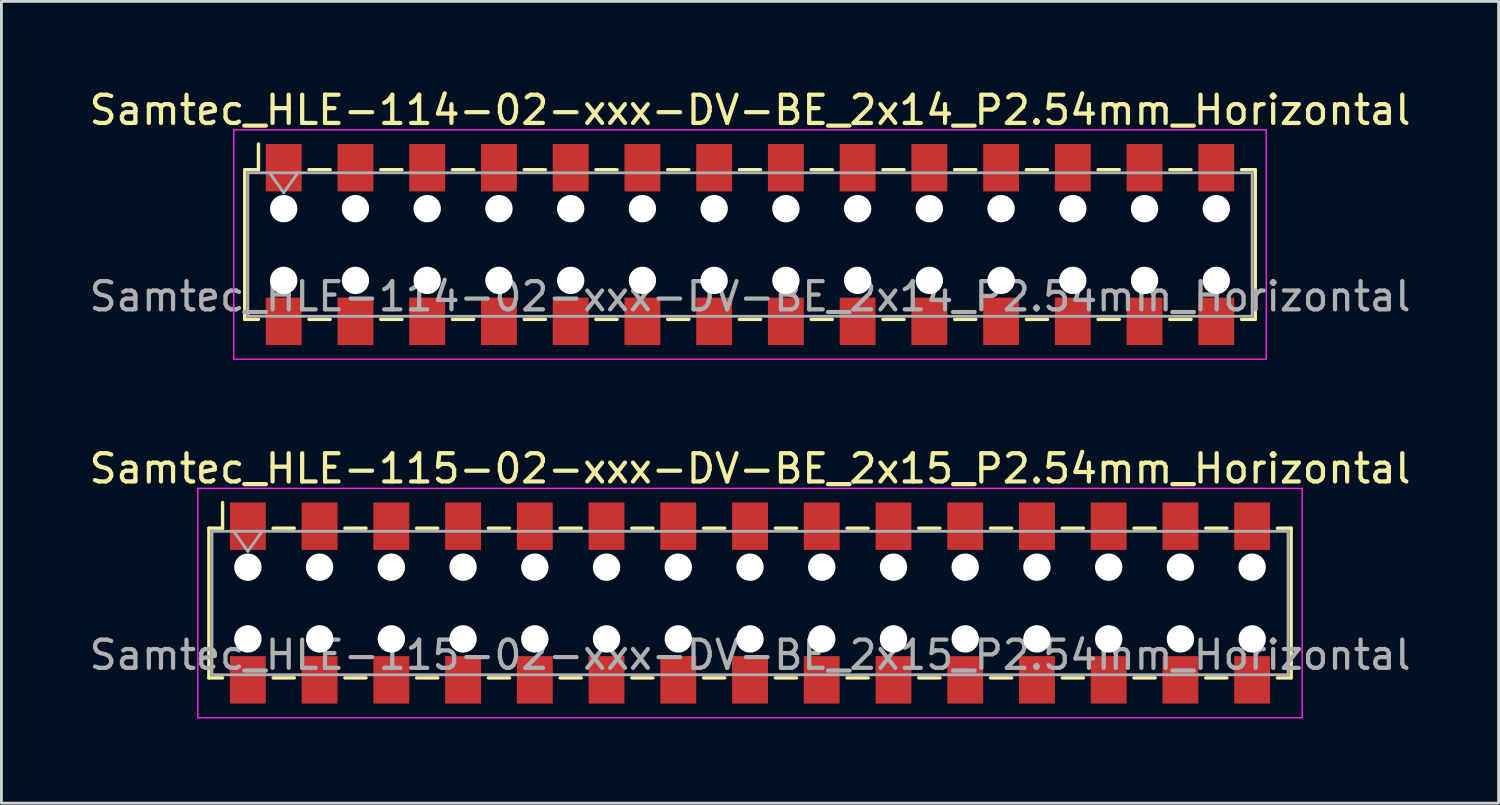
<source format=kicad_pcb>
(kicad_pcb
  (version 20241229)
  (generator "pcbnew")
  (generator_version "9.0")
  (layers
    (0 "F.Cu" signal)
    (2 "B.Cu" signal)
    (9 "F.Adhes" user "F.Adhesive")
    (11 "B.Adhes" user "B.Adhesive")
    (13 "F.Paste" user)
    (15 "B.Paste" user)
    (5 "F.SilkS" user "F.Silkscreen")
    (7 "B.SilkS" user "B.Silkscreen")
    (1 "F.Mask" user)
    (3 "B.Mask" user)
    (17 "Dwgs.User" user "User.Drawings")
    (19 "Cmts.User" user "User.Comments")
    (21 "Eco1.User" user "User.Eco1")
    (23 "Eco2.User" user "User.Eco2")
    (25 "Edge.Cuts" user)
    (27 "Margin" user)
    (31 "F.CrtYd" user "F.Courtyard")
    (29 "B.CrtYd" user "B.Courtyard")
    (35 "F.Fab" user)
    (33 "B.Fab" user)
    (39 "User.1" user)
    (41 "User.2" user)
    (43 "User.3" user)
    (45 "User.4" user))
  (footprint "Samtec_HLE-114-02-xxx-DV-BE_2x14_P2.54mm_Horizontal"
    (layer "F.Cu")
    (at 23.506 5.608)
    (property "Reference" "Samtec_HLE-114-02-xxx-DV-BE_2x14_P2.54mm_Horizontal" (at 0 -4.76 0) (layer "F.SilkS") (effects (font (size 1 1) (thickness 0.15))))
    (attr smd)
    (fp_line (start -17.89 -2.65) (end -17.89 2.65) (stroke (width 0.12) (type solid)) (layer "F.SilkS"))
    (fp_line (start -17.89 2.65) (end -17.405 2.65) (stroke (width 0.12) (type solid)) (layer "F.SilkS"))
    (fp_line (start -17.405 -3.56) (end -17.405 -2.65) (stroke (width 0.12) (type solid)) (layer "F.SilkS"))
    (fp_line (start -17.405 -2.65) (end -17.89 -2.65) (stroke (width 0.12) (type solid)) (layer "F.SilkS"))
    (fp_line (start -15.615 -2.65) (end -14.865 -2.65) (stroke (width 0.12) (type solid)) (layer "F.SilkS"))
    (fp_line (start -15.615 2.65) (end -14.865 2.65) (stroke (width 0.12) (type solid)) (layer "F.SilkS"))
    (fp_line (start -13.075 -2.65) (end -12.325 -2.65) (stroke (width 0.12) (type solid)) (layer "F.SilkS"))
    (fp_line (start -13.075 2.65) (end -12.325 2.65) (stroke (width 0.12) (type solid)) (layer "F.SilkS"))
    (fp_line (start -10.535 -2.65) (end -9.785 -2.65) (stroke (width 0.12) (type solid)) (layer "F.SilkS"))
    (fp_line (start -10.535 2.65) (end -9.785 2.65) (stroke (width 0.12) (type solid)) (layer "F.SilkS"))
    (fp_line (start -7.995 -2.65) (end -7.245 -2.65) (stroke (width 0.12) (type solid)) (layer "F.SilkS"))
    (fp_line (start -7.995 2.65) (end -7.245 2.65) (stroke (width 0.12) (type solid)) (layer "F.SilkS"))
    (fp_line (start -5.455 -2.65) (end -4.705 -2.65) (stroke (width 0.12) (type solid)) (layer "F.SilkS"))
    (fp_line (start -5.455 2.65) (end -4.705 2.65) (stroke (width 0.12) (type solid)) (layer "F.SilkS"))
    (fp_line (start -2.915 -2.65) (end -2.165 -2.65) (stroke (width 0.12) (type solid)) (layer "F.SilkS"))
    (fp_line (start -2.915 2.65) (end -2.165 2.65) (stroke (width 0.12) (type solid)) (layer "F.SilkS"))
    (fp_line (start -0.375 -2.65) (end 0.375 -2.65) (stroke (width 0.12) (type solid)) (layer "F.SilkS"))
    (fp_line (start -0.375 2.65) (end 0.375 2.65) (stroke (width 0.12) (type solid)) (layer "F.SilkS"))
    (fp_line (start 2.165 -2.65) (end 2.915 -2.65) (stroke (width 0.12) (type solid)) (layer "F.SilkS"))
    (fp_line (start 2.165 2.65) (end 2.915 2.65) (stroke (width 0.12) (type solid)) (layer "F.SilkS"))
    (fp_line (start 4.705 -2.65) (end 5.455 -2.65) (stroke (width 0.12) (type solid)) (layer "F.SilkS"))
    (fp_line (start 4.705 2.65) (end 5.455 2.65) (stroke (width 0.12) (type solid)) (layer "F.SilkS"))
    (fp_line (start 7.245 -2.65) (end 7.995 -2.65) (stroke (width 0.12) (type solid)) (layer "F.SilkS"))
    (fp_line (start 7.245 2.65) (end 7.995 2.65) (stroke (width 0.12) (type solid)) (layer "F.SilkS"))
    (fp_line (start 9.785 -2.65) (end 10.535 -2.65) (stroke (width 0.12) (type solid)) (layer "F.SilkS"))
    (fp_line (start 9.785 2.65) (end 10.535 2.65) (stroke (width 0.12) (type solid)) (layer "F.SilkS"))
    (fp_line (start 12.325 -2.65) (end 13.075 -2.65) (stroke (width 0.12) (type solid)) (layer "F.SilkS"))
    (fp_line (start 12.325 2.65) (end 13.075 2.65) (stroke (width 0.12) (type solid)) (layer "F.SilkS"))
    (fp_line (start 14.865 -2.65) (end 15.615 -2.65) (stroke (width 0.12) (type solid)) (layer "F.SilkS"))
    (fp_line (start 14.865 2.65) (end 15.615 2.65) (stroke (width 0.12) (type solid)) (layer "F.SilkS"))
    (fp_line (start 17.405 -2.65) (end 17.89 -2.65) (stroke (width 0.12) (type solid)) (layer "F.SilkS"))
    (fp_line (start 17.89 -2.65) (end 17.89 2.65) (stroke (width 0.12) (type solid)) (layer "F.SilkS"))
    (fp_line (start 17.89 2.65) (end 17.405 2.65) (stroke (width 0.12) (type solid)) (layer "F.SilkS"))
    (fp_line (start -18.28 -4.06) (end 18.28 -4.06) (stroke (width 0.05) (type solid)) (layer "F.CrtYd"))
    (fp_line (start -18.28 4.06) (end -18.28 -4.06) (stroke (width 0.05) (type solid)) (layer "F.CrtYd"))
    (fp_line (start 18.28 -4.06) (end 18.28 4.06) (stroke (width 0.05) (type solid)) (layer "F.CrtYd"))
    (fp_line (start 18.28 4.06) (end -18.28 4.06) (stroke (width 0.05) (type solid)) (layer "F.CrtYd"))
    (fp_line (start -17.78 -2.54) (end 17.78 -2.54) (stroke (width 0.1) (type solid)) (layer "F.Fab"))
    (fp_line (start -17.78 2.54) (end -17.78 -2.54) (stroke (width 0.1) (type solid)) (layer "F.Fab"))
    (fp_line (start -17.01 -2.54) (end -16.51 -1.833) (stroke (width 0.1) (type solid)) (layer "F.Fab"))
    (fp_line (start -16.51 -1.833) (end -16.01 -2.54) (stroke (width 0.1) (type solid)) (layer "F.Fab"))
    (fp_line (start 17.78 -2.54) (end 17.78 2.54) (stroke (width 0.1) (type solid)) (layer "F.Fab"))
    (fp_line (start 17.78 2.54) (end -17.78 2.54) (stroke (width 0.1) (type solid)) (layer "F.Fab"))
    (fp_text user "${REFERENCE}" (at 0 1.84 0) (layer "F.Fab") (effects (font (size 1 1) (thickness 0.15))))
    (pad "" np_thru_hole circle (at -16.51 -1.27) (size 0.97 0.97) (drill 0.97) (layers "*.Cu" "*.Mask"))
    (pad "" np_thru_hole circle (at -16.51 1.27) (size 0.97 0.97) (drill 0.97) (layers "*.Cu" "*.Mask"))
    (pad "" np_thru_hole circle (at -13.97 -1.27) (size 0.97 0.97) (drill 0.97) (layers "*.Cu" "*.Mask"))
    (pad "" np_thru_hole circle (at -13.97 1.27) (size 0.97 0.97) (drill 0.97) (layers "*.Cu" "*.Mask"))
    (pad "" np_thru_hole circle (at -11.43 -1.27) (size 0.97 0.97) (drill 0.97) (layers "*.Cu" "*.Mask"))
    (pad "" np_thru_hole circle (at -11.43 1.27) (size 0.97 0.97) (drill 0.97) (layers "*.Cu" "*.Mask"))
    (pad "" np_thru_hole circle (at -8.89 -1.27) (size 0.97 0.97) (drill 0.97) (layers "*.Cu" "*.Mask"))
    (pad "" np_thru_hole circle (at -8.89 1.27) (size 0.97 0.97) (drill 0.97) (layers "*.Cu" "*.Mask"))
    (pad "" np_thru_hole circle (at -6.35 -1.27) (size 0.97 0.97) (drill 0.97) (layers "*.Cu" "*.Mask"))
    (pad "" np_thru_hole circle (at -6.35 1.27) (size 0.97 0.97) (drill 0.97) (layers "*.Cu" "*.Mask"))
    (pad "" np_thru_hole circle (at -3.81 -1.27) (size 0.97 0.97) (drill 0.97) (layers "*.Cu" "*.Mask"))
    (pad "" np_thru_hole circle (at -3.81 1.27) (size 0.97 0.97) (drill 0.97) (layers "*.Cu" "*.Mask"))
    (pad "" np_thru_hole circle (at -1.27 -1.27) (size 0.97 0.97) (drill 0.97) (layers "*.Cu" "*.Mask"))
    (pad "" np_thru_hole circle (at -1.27 1.27) (size 0.97 0.97) (drill 0.97) (layers "*.Cu" "*.Mask"))
    (pad "" np_thru_hole circle (at 1.27 -1.27) (size 0.97 0.97) (drill 0.97) (layers "*.Cu" "*.Mask"))
    (pad "" np_thru_hole circle (at 1.27 1.27) (size 0.97 0.97) (drill 0.97) (layers "*.Cu" "*.Mask"))
    (pad "" np_thru_hole circle (at 3.81 -1.27) (size 0.97 0.97) (drill 0.97) (layers "*.Cu" "*.Mask"))
    (pad "" np_thru_hole circle (at 3.81 1.27) (size 0.97 0.97) (drill 0.97) (layers "*.Cu" "*.Mask"))
    (pad "" np_thru_hole circle (at 6.35 -1.27) (size 0.97 0.97) (drill 0.97) (layers "*.Cu" "*.Mask"))
    (pad "" np_thru_hole circle (at 6.35 1.27) (size 0.97 0.97) (drill 0.97) (layers "*.Cu" "*.Mask"))
    (pad "" np_thru_hole circle (at 8.89 -1.27) (size 0.97 0.97) (drill 0.97) (layers "*.Cu" "*.Mask"))
    (pad "" np_thru_hole circle (at 8.89 1.27) (size 0.97 0.97) (drill 0.97) (layers "*.Cu" "*.Mask"))
    (pad "" np_thru_hole circle (at 11.43 -1.27) (size 0.97 0.97) (drill 0.97) (layers "*.Cu" "*.Mask"))
    (pad "" np_thru_hole circle (at 11.43 1.27) (size 0.97 0.97) (drill 0.97) (layers "*.Cu" "*.Mask"))
    (pad "" np_thru_hole circle (at 13.97 -1.27) (size 0.97 0.97) (drill 0.97) (layers "*.Cu" "*.Mask"))
    (pad "" np_thru_hole circle (at 13.97 1.27) (size 0.97 0.97) (drill 0.97) (layers "*.Cu" "*.Mask"))
    (pad "" np_thru_hole circle (at 16.51 -1.27) (size 0.97 0.97) (drill 0.97) (layers "*.Cu" "*.Mask"))
    (pad "" np_thru_hole circle (at 16.51 1.27) (size 0.97 0.97) (drill 0.97) (layers "*.Cu" "*.Mask"))
    (pad "1" smd rect (at -16.51 -2.72) (size 1.27 1.68) (layers "F.Cu" "F.Mask" "F.Paste"))
    (pad "2" smd rect (at -16.51 2.72) (size 1.27 1.68) (layers "F.Cu" "F.Mask" "F.Paste"))
    (pad "3" smd rect (at -13.97 -2.72) (size 1.27 1.68) (layers "F.Cu" "F.Mask" "F.Paste"))
    (pad "4" smd rect (at -13.97 2.72) (size 1.27 1.68) (layers "F.Cu" "F.Mask" "F.Paste"))
    (pad "5" smd rect (at -11.43 -2.72) (size 1.27 1.68) (layers "F.Cu" "F.Mask" "F.Paste"))
    (pad "6" smd rect (at -11.43 2.72) (size 1.27 1.68) (layers "F.Cu" "F.Mask" "F.Paste"))
    (pad "7" smd rect (at -8.89 -2.72) (size 1.27 1.68) (layers "F.Cu" "F.Mask" "F.Paste"))
    (pad "8" smd rect (at -8.89 2.72) (size 1.27 1.68) (layers "F.Cu" "F.Mask" "F.Paste"))
    (pad "9" smd rect (at -6.35 -2.72) (size 1.27 1.68) (layers "F.Cu" "F.Mask" "F.Paste"))
    (pad "10" smd rect (at -6.35 2.72) (size 1.27 1.68) (layers "F.Cu" "F.Mask" "F.Paste"))
    (pad "11" smd rect (at -3.81 -2.72) (size 1.27 1.68) (layers "F.Cu" "F.Mask" "F.Paste"))
    (pad "12" smd rect (at -3.81 2.72) (size 1.27 1.68) (layers "F.Cu" "F.Mask" "F.Paste"))
    (pad "13" smd rect (at -1.27 -2.72) (size 1.27 1.68) (layers "F.Cu" "F.Mask" "F.Paste"))
    (pad "14" smd rect (at -1.27 2.72) (size 1.27 1.68) (layers "F.Cu" "F.Mask" "F.Paste"))
    (pad "15" smd rect (at 1.27 -2.72) (size 1.27 1.68) (layers "F.Cu" "F.Mask" "F.Paste"))
    (pad "16" smd rect (at 1.27 2.72) (size 1.27 1.68) (layers "F.Cu" "F.Mask" "F.Paste"))
    (pad "17" smd rect (at 3.81 -2.72) (size 1.27 1.68) (layers "F.Cu" "F.Mask" "F.Paste"))
    (pad "18" smd rect (at 3.81 2.72) (size 1.27 1.68) (layers "F.Cu" "F.Mask" "F.Paste"))
    (pad "19" smd rect (at 6.35 -2.72) (size 1.27 1.68) (layers "F.Cu" "F.Mask" "F.Paste"))
    (pad "20" smd rect (at 6.35 2.72) (size 1.27 1.68) (layers "F.Cu" "F.Mask" "F.Paste"))
    (pad "21" smd rect (at 8.89 -2.72) (size 1.27 1.68) (layers "F.Cu" "F.Mask" "F.Paste"))
    (pad "22" smd rect (at 8.89 2.72) (size 1.27 1.68) (layers "F.Cu" "F.Mask" "F.Paste"))
    (pad "23" smd rect (at 11.43 -2.72) (size 1.27 1.68) (layers "F.Cu" "F.Mask" "F.Paste"))
    (pad "24" smd rect (at 11.43 2.72) (size 1.27 1.68) (layers "F.Cu" "F.Mask" "F.Paste"))
    (pad "25" smd rect (at 13.97 -2.72) (size 1.27 1.68) (layers "F.Cu" "F.Mask" "F.Paste"))
    (pad "26" smd rect (at 13.97 2.72) (size 1.27 1.68) (layers "F.Cu" "F.Mask" "F.Paste"))
    (pad "27" smd rect (at 16.51 -2.72) (size 1.27 1.68) (layers "F.Cu" "F.Mask" "F.Paste"))
    (pad "28" smd rect (at 16.51 2.72) (size 1.27 1.68) (layers "F.Cu" "F.Mask" "F.Paste")))
  (footprint "Samtec_HLE-115-02-xxx-DV-BE_2x15_P2.54mm_Horizontal"
    (layer "F.Cu")
    (at 23.506 18.302)
    (property "Reference" "Samtec_HLE-115-02-xxx-DV-BE_2x15_P2.54mm_Horizontal" (at 0 -4.76 0) (layer "F.SilkS") (effects (font (size 1 1) (thickness 0.15))))
    (attr smd)
    (fp_line (start -19.16 -2.65) (end -19.16 2.65) (stroke (width 0.12) (type solid)) (layer "F.SilkS"))
    (fp_line (start -19.16 2.65) (end -18.675 2.65) (stroke (width 0.12) (type solid)) (layer "F.SilkS"))
    (fp_line (start -18.675 -3.56) (end -18.675 -2.65) (stroke (width 0.12) (type solid)) (layer "F.SilkS"))
    (fp_line (start -18.675 -2.65) (end -19.16 -2.65) (stroke (width 0.12) (type solid)) (layer "F.SilkS"))
    (fp_line (start -16.885 -2.65) (end -16.135 -2.65) (stroke (width 0.12) (type solid)) (layer "F.SilkS"))
    (fp_line (start -16.885 2.65) (end -16.135 2.65) (stroke (width 0.12) (type solid)) (layer "F.SilkS"))
    (fp_line (start -14.345 -2.65) (end -13.595 -2.65) (stroke (width 0.12) (type solid)) (layer "F.SilkS"))
    (fp_line (start -14.345 2.65) (end -13.595 2.65) (stroke (width 0.12) (type solid)) (layer "F.SilkS"))
    (fp_line (start -11.805 -2.65) (end -11.055 -2.65) (stroke (width 0.12) (type solid)) (layer "F.SilkS"))
    (fp_line (start -11.805 2.65) (end -11.055 2.65) (stroke (width 0.12) (type solid)) (layer "F.SilkS"))
    (fp_line (start -9.265 -2.65) (end -8.515 -2.65) (stroke (width 0.12) (type solid)) (layer "F.SilkS"))
    (fp_line (start -9.265 2.65) (end -8.515 2.65) (stroke (width 0.12) (type solid)) (layer "F.SilkS"))
    (fp_line (start -6.725 -2.65) (end -5.975 -2.65) (stroke (width 0.12) (type solid)) (layer "F.SilkS"))
    (fp_line (start -6.725 2.65) (end -5.975 2.65) (stroke (width 0.12) (type solid)) (layer "F.SilkS"))
    (fp_line (start -4.185 -2.65) (end -3.435 -2.65) (stroke (width 0.12) (type solid)) (layer "F.SilkS"))
    (fp_line (start -4.185 2.65) (end -3.435 2.65) (stroke (width 0.12) (type solid)) (layer "F.SilkS"))
    (fp_line (start -1.645 -2.65) (end -0.895 -2.65) (stroke (width 0.12) (type solid)) (layer "F.SilkS"))
    (fp_line (start -1.645 2.65) (end -0.895 2.65) (stroke (width 0.12) (type solid)) (layer "F.SilkS"))
    (fp_line (start 0.895 -2.65) (end 1.645 -2.65) (stroke (width 0.12) (type solid)) (layer "F.SilkS"))
    (fp_line (start 0.895 2.65) (end 1.645 2.65) (stroke (width 0.12) (type solid)) (layer "F.SilkS"))
    (fp_line (start 3.435 -2.65) (end 4.185 -2.65) (stroke (width 0.12) (type solid)) (layer "F.SilkS"))
    (fp_line (start 3.435 2.65) (end 4.185 2.65) (stroke (width 0.12) (type solid)) (layer "F.SilkS"))
    (fp_line (start 5.975 -2.65) (end 6.725 -2.65) (stroke (width 0.12) (type solid)) (layer "F.SilkS"))
    (fp_line (start 5.975 2.65) (end 6.725 2.65) (stroke (width 0.12) (type solid)) (layer "F.SilkS"))
    (fp_line (start 8.515 -2.65) (end 9.265 -2.65) (stroke (width 0.12) (type solid)) (layer "F.SilkS"))
    (fp_line (start 8.515 2.65) (end 9.265 2.65) (stroke (width 0.12) (type solid)) (layer "F.SilkS"))
    (fp_line (start 11.055 -2.65) (end 11.805 -2.65) (stroke (width 0.12) (type solid)) (layer "F.SilkS"))
    (fp_line (start 11.055 2.65) (end 11.805 2.65) (stroke (width 0.12) (type solid)) (layer "F.SilkS"))
    (fp_line (start 13.595 -2.65) (end 14.345 -2.65) (stroke (width 0.12) (type solid)) (layer "F.SilkS"))
    (fp_line (start 13.595 2.65) (end 14.345 2.65) (stroke (width 0.12) (type solid)) (layer "F.SilkS"))
    (fp_line (start 16.135 -2.65) (end 16.885 -2.65) (stroke (width 0.12) (type solid)) (layer "F.SilkS"))
    (fp_line (start 16.135 2.65) (end 16.885 2.65) (stroke (width 0.12) (type solid)) (layer "F.SilkS"))
    (fp_line (start 18.675 -2.65) (end 19.16 -2.65) (stroke (width 0.12) (type solid)) (layer "F.SilkS"))
    (fp_line (start 19.16 -2.65) (end 19.16 2.65) (stroke (width 0.12) (type solid)) (layer "F.SilkS"))
    (fp_line (start 19.16 2.65) (end 18.675 2.65) (stroke (width 0.12) (type solid)) (layer "F.SilkS"))
    (fp_line (start -19.55 -4.06) (end 19.55 -4.06) (stroke (width 0.05) (type solid)) (layer "F.CrtYd"))
    (fp_line (start -19.55 4.06) (end -19.55 -4.06) (stroke (width 0.05) (type solid)) (layer "F.CrtYd"))
    (fp_line (start 19.55 -4.06) (end 19.55 4.06) (stroke (width 0.05) (type solid)) (layer "F.CrtYd"))
    (fp_line (start 19.55 4.06) (end -19.55 4.06) (stroke (width 0.05) (type solid)) (layer "F.CrtYd"))
    (fp_line (start -19.05 -2.54) (end 19.05 -2.54) (stroke (width 0.1) (type solid)) (layer "F.Fab"))
    (fp_line (start -19.05 2.54) (end -19.05 -2.54) (stroke (width 0.1) (type solid)) (layer "F.Fab"))
    (fp_line (start -18.28 -2.54) (end -17.78 -1.833) (stroke (width 0.1) (type solid)) (layer "F.Fab"))
    (fp_line (start -17.78 -1.833) (end -17.28 -2.54) (stroke (width 0.1) (type solid)) (layer "F.Fab"))
    (fp_line (start 19.05 -2.54) (end 19.05 2.54) (stroke (width 0.1) (type solid)) (layer "F.Fab"))
    (fp_line (start 19.05 2.54) (end -19.05 2.54) (stroke (width 0.1) (type solid)) (layer "F.Fab"))
    (fp_text user "${REFERENCE}" (at 0 1.84 0) (layer "F.Fab") (effects (font (size 1 1) (thickness 0.15))))
    (pad "" np_thru_hole circle (at -17.78 -1.27) (size 0.97 0.97) (drill 0.97) (layers "*.Cu" "*.Mask"))
    (pad "" np_thru_hole circle (at -17.78 1.27) (size 0.97 0.97) (drill 0.97) (layers "*.Cu" "*.Mask"))
    (pad "" np_thru_hole circle (at -15.24 -1.27) (size 0.97 0.97) (drill 0.97) (layers "*.Cu" "*.Mask"))
    (pad "" np_thru_hole circle (at -15.24 1.27) (size 0.97 0.97) (drill 0.97) (layers "*.Cu" "*.Mask"))
    (pad "" np_thru_hole circle (at -12.7 -1.27) (size 0.97 0.97) (drill 0.97) (layers "*.Cu" "*.Mask"))
    (pad "" np_thru_hole circle (at -12.7 1.27) (size 0.97 0.97) (drill 0.97) (layers "*.Cu" "*.Mask"))
    (pad "" np_thru_hole circle (at -10.16 -1.27) (size 0.97 0.97) (drill 0.97) (layers "*.Cu" "*.Mask"))
    (pad "" np_thru_hole circle (at -10.16 1.27) (size 0.97 0.97) (drill 0.97) (layers "*.Cu" "*.Mask"))
    (pad "" np_thru_hole circle (at -7.62 -1.27) (size 0.97 0.97) (drill 0.97) (layers "*.Cu" "*.Mask"))
    (pad "" np_thru_hole circle (at -7.62 1.27) (size 0.97 0.97) (drill 0.97) (layers "*.Cu" "*.Mask"))
    (pad "" np_thru_hole circle (at -5.08 -1.27) (size 0.97 0.97) (drill 0.97) (layers "*.Cu" "*.Mask"))
    (pad "" np_thru_hole circle (at -5.08 1.27) (size 0.97 0.97) (drill 0.97) (layers "*.Cu" "*.Mask"))
    (pad "" np_thru_hole circle (at -2.54 -1.27) (size 0.97 0.97) (drill 0.97) (layers "*.Cu" "*.Mask"))
    (pad "" np_thru_hole circle (at -2.54 1.27) (size 0.97 0.97) (drill 0.97) (layers "*.Cu" "*.Mask"))
    (pad "" np_thru_hole circle (at 0 -1.27) (size 0.97 0.97) (drill 0.97) (layers "*.Cu" "*.Mask"))
    (pad "" np_thru_hole circle (at 0 1.27) (size 0.97 0.97) (drill 0.97) (layers "*.Cu" "*.Mask"))
    (pad "" np_thru_hole circle (at 2.54 -1.27) (size 0.97 0.97) (drill 0.97) (layers "*.Cu" "*.Mask"))
    (pad "" np_thru_hole circle (at 2.54 1.27) (size 0.97 0.97) (drill 0.97) (layers "*.Cu" "*.Mask"))
    (pad "" np_thru_hole circle (at 5.08 -1.27) (size 0.97 0.97) (drill 0.97) (layers "*.Cu" "*.Mask"))
    (pad "" np_thru_hole circle (at 5.08 1.27) (size 0.97 0.97) (drill 0.97) (layers "*.Cu" "*.Mask"))
    (pad "" np_thru_hole circle (at 7.62 -1.27) (size 0.97 0.97) (drill 0.97) (layers "*.Cu" "*.Mask"))
    (pad "" np_thru_hole circle (at 7.62 1.27) (size 0.97 0.97) (drill 0.97) (layers "*.Cu" "*.Mask"))
    (pad "" np_thru_hole circle (at 10.16 -1.27) (size 0.97 0.97) (drill 0.97) (layers "*.Cu" "*.Mask"))
    (pad "" np_thru_hole circle (at 10.16 1.27) (size 0.97 0.97) (drill 0.97) (layers "*.Cu" "*.Mask"))
    (pad "" np_thru_hole circle (at 12.7 -1.27) (size 0.97 0.97) (drill 0.97) (layers "*.Cu" "*.Mask"))
    (pad "" np_thru_hole circle (at 12.7 1.27) (size 0.97 0.97) (drill 0.97) (layers "*.Cu" "*.Mask"))
    (pad "" np_thru_hole circle (at 15.24 -1.27) (size 0.97 0.97) (drill 0.97) (layers "*.Cu" "*.Mask"))
    (pad "" np_thru_hole circle (at 15.24 1.27) (size 0.97 0.97) (drill 0.97) (layers "*.Cu" "*.Mask"))
    (pad "" np_thru_hole circle (at 17.78 -1.27) (size 0.97 0.97) (drill 0.97) (layers "*.Cu" "*.Mask"))
    (pad "" np_thru_hole circle (at 17.78 1.27) (size 0.97 0.97) (drill 0.97) (layers "*.Cu" "*.Mask"))
    (pad "1" smd rect (at -17.78 -2.72) (size 1.27 1.68) (layers "F.Cu" "F.Mask" "F.Paste"))
    (pad "2" smd rect (at -17.78 2.72) (size 1.27 1.68) (layers "F.Cu" "F.Mask" "F.Paste"))
    (pad "3" smd rect (at -15.24 -2.72) (size 1.27 1.68) (layers "F.Cu" "F.Mask" "F.Paste"))
    (pad "4" smd rect (at -15.24 2.72) (size 1.27 1.68) (layers "F.Cu" "F.Mask" "F.Paste"))
    (pad "5" smd rect (at -12.7 -2.72) (size 1.27 1.68) (layers "F.Cu" "F.Mask" "F.Paste"))
    (pad "6" smd rect (at -12.7 2.72) (size 1.27 1.68) (layers "F.Cu" "F.Mask" "F.Paste"))
    (pad "7" smd rect (at -10.16 -2.72) (size 1.27 1.68) (layers "F.Cu" "F.Mask" "F.Paste"))
    (pad "8" smd rect (at -10.16 2.72) (size 1.27 1.68) (layers "F.Cu" "F.Mask" "F.Paste"))
    (pad "9" smd rect (at -7.62 -2.72) (size 1.27 1.68) (layers "F.Cu" "F.Mask" "F.Paste"))
    (pad "10" smd rect (at -7.62 2.72) (size 1.27 1.68) (layers "F.Cu" "F.Mask" "F.Paste"))
    (pad "11" smd rect (at -5.08 -2.72) (size 1.27 1.68) (layers "F.Cu" "F.Mask" "F.Paste"))
    (pad "12" smd rect (at -5.08 2.72) (size 1.27 1.68) (layers "F.Cu" "F.Mask" "F.Paste"))
    (pad "13" smd rect (at -2.54 -2.72) (size 1.27 1.68) (layers "F.Cu" "F.Mask" "F.Paste"))
    (pad "14" smd rect (at -2.54 2.72) (size 1.27 1.68) (layers "F.Cu" "F.Mask" "F.Paste"))
    (pad "15" smd rect (at 0 -2.72) (size 1.27 1.68) (layers "F.Cu" "F.Mask" "F.Paste"))
    (pad "16" smd rect (at 0 2.72) (size 1.27 1.68) (layers "F.Cu" "F.Mask" "F.Paste"))
    (pad "17" smd rect (at 2.54 -2.72) (size 1.27 1.68) (layers "F.Cu" "F.Mask" "F.Paste"))
    (pad "18" smd rect (at 2.54 2.72) (size 1.27 1.68) (layers "F.Cu" "F.Mask" "F.Paste"))
    (pad "19" smd rect (at 5.08 -2.72) (size 1.27 1.68) (layers "F.Cu" "F.Mask" "F.Paste"))
    (pad "20" smd rect (at 5.08 2.72) (size 1.27 1.68) (layers "F.Cu" "F.Mask" "F.Paste"))
    (pad "21" smd rect (at 7.62 -2.72) (size 1.27 1.68) (layers "F.Cu" "F.Mask" "F.Paste"))
    (pad "22" smd rect (at 7.62 2.72) (size 1.27 1.68) (layers "F.Cu" "F.Mask" "F.Paste"))
    (pad "23" smd rect (at 10.16 -2.72) (size 1.27 1.68) (layers "F.Cu" "F.Mask" "F.Paste"))
    (pad "24" smd rect (at 10.16 2.72) (size 1.27 1.68) (layers "F.Cu" "F.Mask" "F.Paste"))
    (pad "25" smd rect (at 12.7 -2.72) (size 1.27 1.68) (layers "F.Cu" "F.Mask" "F.Paste"))
    (pad "26" smd rect (at 12.7 2.72) (size 1.27 1.68) (layers "F.Cu" "F.Mask" "F.Paste"))
    (pad "27" smd rect (at 15.24 -2.72) (size 1.27 1.68) (layers "F.Cu" "F.Mask" "F.Paste"))
    (pad "28" smd rect (at 15.24 2.72) (size 1.27 1.68) (layers "F.Cu" "F.Mask" "F.Paste"))
    (pad "29" smd rect (at 17.78 -2.72) (size 1.27 1.68) (layers "F.Cu" "F.Mask" "F.Paste"))
    (pad "30" smd rect (at 17.78 2.72) (size 1.27 1.68) (layers "F.Cu" "F.Mask" "F.Paste")))
  (gr_rect
    (start -3 -3)
    (end 50.012 25.387)
    (stroke (width 0.1) (type default))
    (fill no)
    (layer "Edge.Cuts")))
</source>
